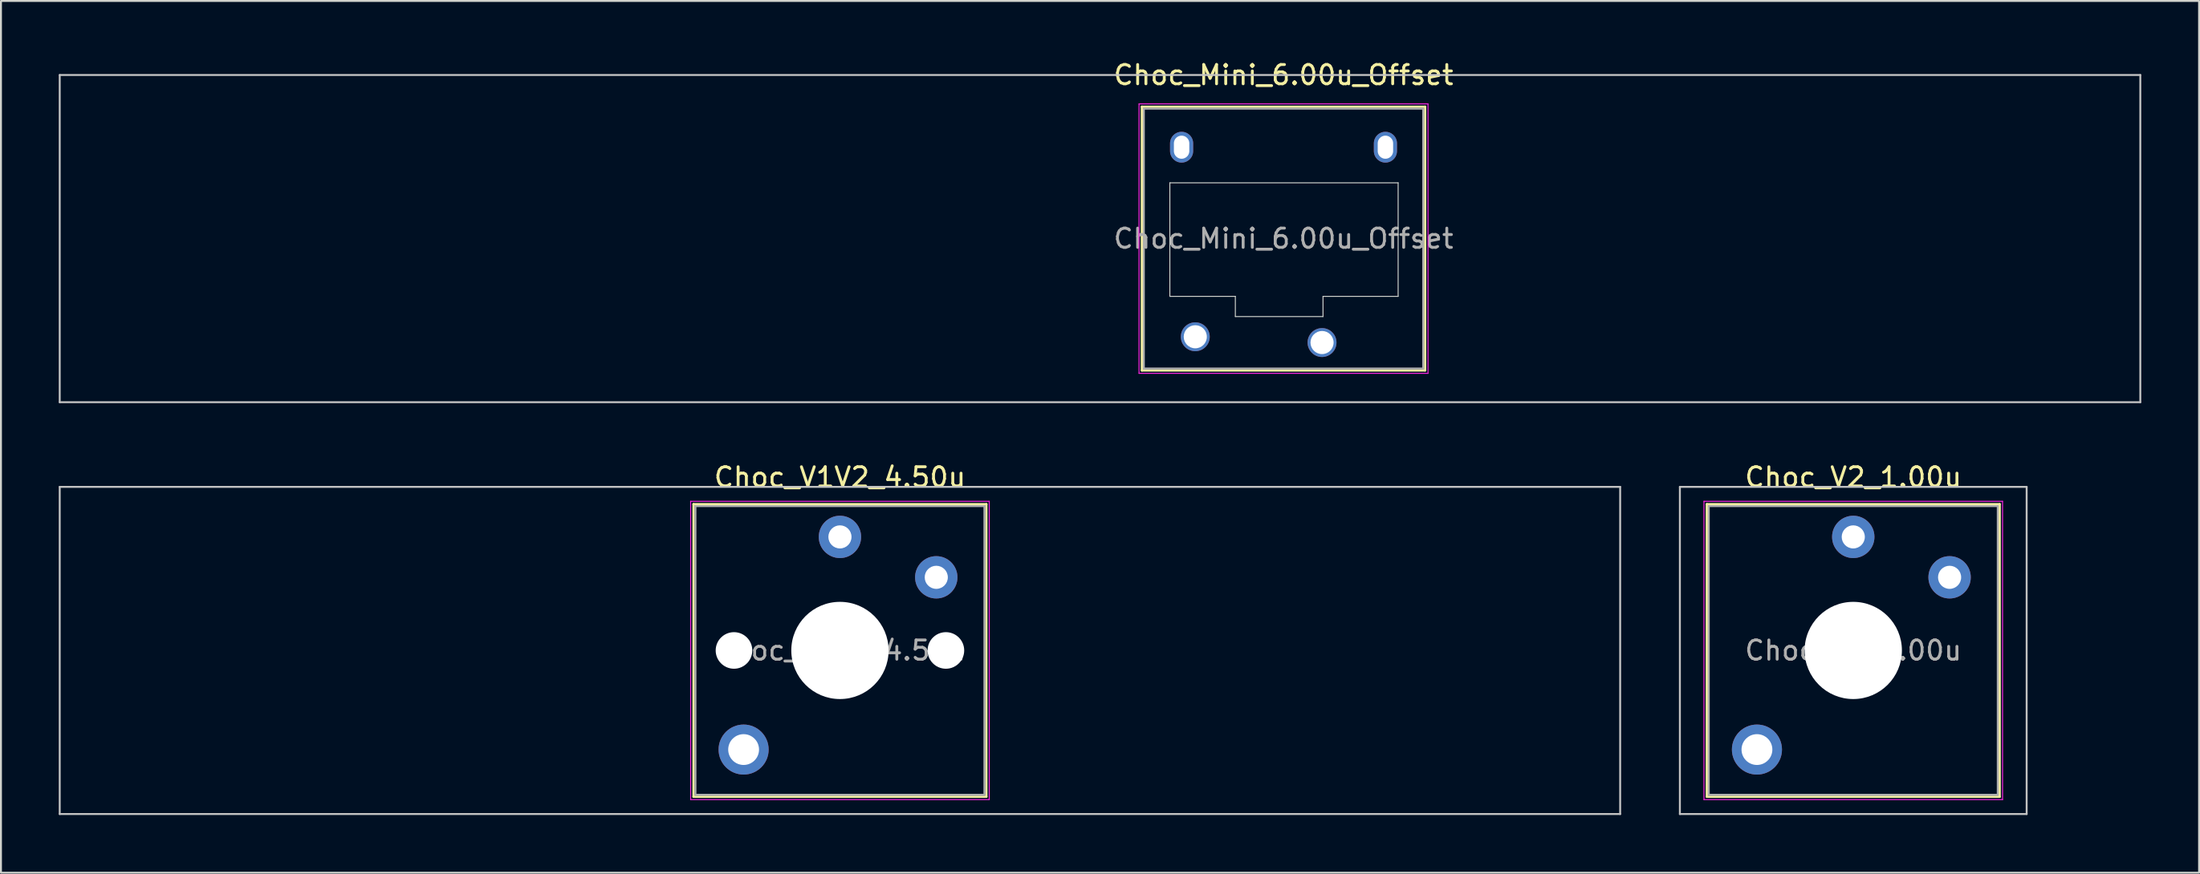
<source format=kicad_pcb>
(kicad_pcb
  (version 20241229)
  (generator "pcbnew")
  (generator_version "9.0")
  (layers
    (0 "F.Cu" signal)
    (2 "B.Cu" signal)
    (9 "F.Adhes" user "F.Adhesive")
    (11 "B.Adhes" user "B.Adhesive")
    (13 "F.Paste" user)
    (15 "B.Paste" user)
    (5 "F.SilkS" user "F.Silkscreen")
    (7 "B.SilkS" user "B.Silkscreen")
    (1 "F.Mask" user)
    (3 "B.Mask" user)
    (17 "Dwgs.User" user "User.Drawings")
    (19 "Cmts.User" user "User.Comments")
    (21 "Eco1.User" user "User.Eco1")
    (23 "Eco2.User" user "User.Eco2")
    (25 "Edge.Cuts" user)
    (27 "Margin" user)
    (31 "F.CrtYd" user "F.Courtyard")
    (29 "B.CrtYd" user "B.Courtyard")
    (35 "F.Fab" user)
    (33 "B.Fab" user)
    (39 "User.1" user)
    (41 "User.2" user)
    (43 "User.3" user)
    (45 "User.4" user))
  (footprint "Choc_Mini_6.00u_Offset"
    (layer "F.Cu")
    (at 63.575 9.348)
    (property "Reference" "Choc_Mini_6.00u_Offset" (at 0 -8.5 0) (layer "F.SilkS") (effects (font (size 1 1) (thickness 0.15))))
    (attr through_hole)
    (fp_line (start -7.35 -6.85) (end -7.35 6.85) (stroke (width 0.12) (type solid)) (layer "F.SilkS"))
    (fp_line (start -7.35 6.85) (end 7.35 6.85) (stroke (width 0.12) (type solid)) (layer "F.SilkS"))
    (fp_line (start 7.35 -6.85) (end -7.35 -6.85) (stroke (width 0.12) (type solid)) (layer "F.SilkS"))
    (fp_line (start 7.35 6.85) (end 7.35 -6.85) (stroke (width 0.12) (type solid)) (layer "F.SilkS"))
    (fp_line (start -63.525 -8.5) (end -63.525 8.5) (stroke (width 0.1) (type solid)) (layer "Dwgs.User"))
    (fp_line (start -63.525 8.5) (end 44.475 8.5) (stroke (width 0.1) (type solid)) (layer "Dwgs.User"))
    (fp_line (start 44.475 -8.5) (end -63.525 -8.5) (stroke (width 0.1) (type solid)) (layer "Dwgs.User"))
    (fp_line (start 44.475 8.5) (end 44.475 -8.5) (stroke (width 0.1) (type solid)) (layer "Dwgs.User"))
    (fp_line (start -6.85 -6.35) (end -6.85 6.35) (stroke (width 0.1) (type solid)) (layer "Eco1.User"))
    (fp_line (start -6.85 6.35) (end 6.85 6.35) (stroke (width 0.1) (type solid)) (layer "Eco1.User"))
    (fp_line (start 6.85 -6.35) (end -6.85 -6.35) (stroke (width 0.1) (type solid)) (layer "Eco1.User"))
    (fp_line (start 6.85 6.35) (end 6.85 -6.35) (stroke (width 0.1) (type solid)) (layer "Eco1.User"))
    (fp_line (start -5.9 -2.9) (end -5.9 3) (stroke (width 0.05) (type solid)) (layer "Edge.Cuts"))
    (fp_line (start -5.9 3) (end -2.5 3) (stroke (width 0.05) (type solid)) (layer "Edge.Cuts"))
    (fp_line (start -2.5 3) (end -2.5 4.05) (stroke (width 0.05) (type solid)) (layer "Edge.Cuts"))
    (fp_line (start -2.5 4.05) (end 2.05 4.05) (stroke (width 0.05) (type solid)) (layer "Edge.Cuts"))
    (fp_line (start 2.05 3) (end 5.95 3) (stroke (width 0.05) (type solid)) (layer "Edge.Cuts"))
    (fp_line (start 2.05 4.05) (end 2.05 3) (stroke (width 0.05) (type solid)) (layer "Edge.Cuts"))
    (fp_line (start 5.95 -2.9) (end -5.9 -2.9) (stroke (width 0.05) (type solid)) (layer "Edge.Cuts"))
    (fp_line (start 5.95 3) (end 5.95 -2.9) (stroke (width 0.05) (type solid)) (layer "Edge.Cuts"))
    (fp_line (start -7.5 -7) (end -7.5 7) (stroke (width 0.05) (type solid)) (layer "F.CrtYd"))
    (fp_line (start -7.5 7) (end 7.5 7) (stroke (width 0.05) (type solid)) (layer "F.CrtYd"))
    (fp_line (start 7.5 -7) (end -7.5 -7) (stroke (width 0.05) (type solid)) (layer "F.CrtYd"))
    (fp_line (start 7.5 7) (end 7.5 -7) (stroke (width 0.05) (type solid)) (layer "F.CrtYd"))
    (fp_line (start -7.25 -6.75) (end -7.25 6.75) (stroke (width 0.1) (type solid)) (layer "F.Fab"))
    (fp_line (start -7.25 6.75) (end 7.25 6.75) (stroke (width 0.1) (type solid)) (layer "F.Fab"))
    (fp_line (start 7.25 -6.75) (end -7.25 -6.75) (stroke (width 0.1) (type solid)) (layer "F.Fab"))
    (fp_line (start 7.25 6.75) (end 7.25 -6.75) (stroke (width 0.1) (type solid)) (layer "F.Fab"))
    (fp_text user "${REFERENCE}" (at 0 0 0) (layer "F.Fab") (effects (font (size 1 1) (thickness 0.15))))
    (pad "" np_thru_hole oval (at -5.29 -4.75) (size 1.2 1.6) (drill oval 0.8 1.2) (layers "*.Cu" "*.Mask"))
    (pad "" np_thru_hole oval (at 5.29 -4.75) (size 1.2 1.6) (drill oval 0.8 1.2) (layers "*.Cu" "*.Mask"))
    (pad "1" thru_hole circle (at 2 5.4) (size 1.5 1.5) (drill 1.2) (layers "*.Cu" "*.Mask"))
    (pad "2" thru_hole circle (at -4.58 5.1) (size 1.5 1.5) (drill 1.2) (layers "*.Cu" "*.Mask")))
  (footprint "Choc_V2_1.00u"
    (layer "F.Cu")
    (at 93.15 30.747)
    (property "Reference" "Choc_V2_1.00u" (at 0 -9 0) (layer "F.SilkS") (effects (font (size 1 1) (thickness 0.15))))
    (attr through_hole)
    (fp_line (start -7.6 -7.6) (end -7.6 7.6) (stroke (width 0.12) (type solid)) (layer "F.SilkS"))
    (fp_line (start -7.6 7.6) (end 7.6 7.6) (stroke (width 0.12) (type solid)) (layer "F.SilkS"))
    (fp_line (start 7.6 -7.6) (end -7.6 -7.6) (stroke (width 0.12) (type solid)) (layer "F.SilkS"))
    (fp_line (start 7.6 7.6) (end 7.6 -7.6) (stroke (width 0.12) (type solid)) (layer "F.SilkS"))
    (fp_line (start -9 -8.5) (end -9 8.5) (stroke (width 0.1) (type solid)) (layer "Dwgs.User"))
    (fp_line (start -9 8.5) (end 9 8.5) (stroke (width 0.1) (type solid)) (layer "Dwgs.User"))
    (fp_line (start 9 -8.5) (end -9 -8.5) (stroke (width 0.1) (type solid)) (layer "Dwgs.User"))
    (fp_line (start 9 8.5) (end 9 -8.5) (stroke (width 0.1) (type solid)) (layer "Dwgs.User"))
    (fp_line (start -7.25 -7.25) (end -7.25 7.25) (stroke (width 0.1) (type solid)) (layer "Eco1.User"))
    (fp_line (start -7.25 7.25) (end 7.25 7.25) (stroke (width 0.1) (type solid)) (layer "Eco1.User"))
    (fp_line (start 7.25 -7.25) (end -7.25 -7.25) (stroke (width 0.1) (type solid)) (layer "Eco1.User"))
    (fp_line (start 7.25 7.25) (end 7.25 -7.25) (stroke (width 0.1) (type solid)) (layer "Eco1.User"))
    (fp_line (start -7.75 -7.75) (end -7.75 7.75) (stroke (width 0.05) (type solid)) (layer "F.CrtYd"))
    (fp_line (start -7.75 7.75) (end 7.75 7.75) (stroke (width 0.05) (type solid)) (layer "F.CrtYd"))
    (fp_line (start 7.75 -7.75) (end -7.75 -7.75) (stroke (width 0.05) (type solid)) (layer "F.CrtYd"))
    (fp_line (start 7.75 7.75) (end 7.75 -7.75) (stroke (width 0.05) (type solid)) (layer "F.CrtYd"))
    (fp_line (start -7.5 -7.5) (end -7.5 7.5) (stroke (width 0.1) (type solid)) (layer "F.Fab"))
    (fp_line (start -7.5 7.5) (end 7.5 7.5) (stroke (width 0.1) (type solid)) (layer "F.Fab"))
    (fp_line (start 7.5 -7.5) (end -7.5 -7.5) (stroke (width 0.1) (type solid)) (layer "F.Fab"))
    (fp_line (start 7.5 7.5) (end 7.5 -7.5) (stroke (width 0.1) (type solid)) (layer "F.Fab"))
    (fp_text user "${REFERENCE}" (at 0 0 0) (layer "F.Fab") (effects (font (size 1 1) (thickness 0.15))))
    (pad "" thru_hole circle (at -5 5.15) (size 2.6 2.6) (drill 1.6) (layers "*.Cu" "*.Mask"))
    (pad "" np_thru_hole circle (at 0 0) (size 5.05 5.05) (drill 5.05) (layers "*.Cu" "*.Mask"))
    (pad "1" thru_hole circle (at 0 -5.9) (size 2.2 2.2) (drill 1.2) (layers "*.Cu" "*.Mask"))
    (pad "2" thru_hole circle (at 5 -3.8) (size 2.2 2.2) (drill 1.2) (layers "*.Cu" "*.Mask")))
  (footprint "Choc_V1V2_4.50u"
    (layer "F.Cu")
    (at 40.55 30.747)
    (property "Reference" "Choc_V1V2_4.50u" (at 0 -9 0) (layer "F.SilkS") (effects (font (size 1 1) (thickness 0.15))))
    (attr through_hole)
    (fp_line (start -7.6 -7.6) (end -7.6 7.6) (stroke (width 0.12) (type solid)) (layer "F.SilkS"))
    (fp_line (start -7.6 7.6) (end 7.6 7.6) (stroke (width 0.12) (type solid)) (layer "F.SilkS"))
    (fp_line (start 7.6 -7.6) (end -7.6 -7.6) (stroke (width 0.12) (type solid)) (layer "F.SilkS"))
    (fp_line (start 7.6 7.6) (end 7.6 -7.6) (stroke (width 0.12) (type solid)) (layer "F.SilkS"))
    (fp_line (start -40.5 -8.5) (end -40.5 8.5) (stroke (width 0.1) (type solid)) (layer "Dwgs.User"))
    (fp_line (start -40.5 8.5) (end 40.5 8.5) (stroke (width 0.1) (type solid)) (layer "Dwgs.User"))
    (fp_line (start 40.5 -8.5) (end -40.5 -8.5) (stroke (width 0.1) (type solid)) (layer "Dwgs.User"))
    (fp_line (start 40.5 8.5) (end 40.5 -8.5) (stroke (width 0.1) (type solid)) (layer "Dwgs.User"))
    (fp_line (start -7.25 -7.25) (end -7.25 7.25) (stroke (width 0.1) (type solid)) (layer "Eco1.User"))
    (fp_line (start -7.25 7.25) (end 7.25 7.25) (stroke (width 0.1) (type solid)) (layer "Eco1.User"))
    (fp_line (start 7.25 -7.25) (end -7.25 -7.25) (stroke (width 0.1) (type solid)) (layer "Eco1.User"))
    (fp_line (start 7.25 7.25) (end 7.25 -7.25) (stroke (width 0.1) (type solid)) (layer "Eco1.User"))
    (fp_line (start -7.75 -7.75) (end -7.75 7.75) (stroke (width 0.05) (type solid)) (layer "F.CrtYd"))
    (fp_line (start -7.75 7.75) (end 7.75 7.75) (stroke (width 0.05) (type solid)) (layer "F.CrtYd"))
    (fp_line (start 7.75 -7.75) (end -7.75 -7.75) (stroke (width 0.05) (type solid)) (layer "F.CrtYd"))
    (fp_line (start 7.75 7.75) (end 7.75 -7.75) (stroke (width 0.05) (type solid)) (layer "F.CrtYd"))
    (fp_line (start -7.5 -7.5) (end -7.5 7.5) (stroke (width 0.1) (type solid)) (layer "F.Fab"))
    (fp_line (start -7.5 7.5) (end 7.5 7.5) (stroke (width 0.1) (type solid)) (layer "F.Fab"))
    (fp_line (start 7.5 -7.5) (end -7.5 -7.5) (stroke (width 0.1) (type solid)) (layer "F.Fab"))
    (fp_line (start 7.5 7.5) (end 7.5 -7.5) (stroke (width 0.1) (type solid)) (layer "F.Fab"))
    (fp_text user "${REFERENCE}" (at 0 0 0) (layer "F.Fab") (effects (font (size 1 1) (thickness 0.15))))
    (pad "" np_thru_hole circle (at -5.5 0) (size 1.9 1.9) (drill 1.9) (layers "*.Cu" "*.Mask"))
    (pad "" thru_hole circle (at -5 5.15) (size 2.6 2.6) (drill 1.6) (layers "*.Cu" "*.Mask"))
    (pad "" np_thru_hole circle (at 0 0) (size 5.05 5.05) (drill 5.05) (layers "*.Cu" "*.Mask"))
    (pad "" np_thru_hole circle (at 5.5 0) (size 1.9 1.9) (drill 1.9) (layers "*.Cu" "*.Mask"))
    (pad "1" thru_hole circle (at 0 -5.9) (size 2.2 2.2) (drill 1.2) (layers "*.Cu" "*.Mask"))
    (pad "2" thru_hole circle (at 5 -3.8) (size 2.2 2.2) (drill 1.2) (layers "*.Cu" "*.Mask")))
  (gr_rect
    (start -3 -3)
    (end 111.1 42.297)
    (stroke (width 0.1) (type default))
    (fill no)
    (layer "Edge.Cuts")))
</source>
